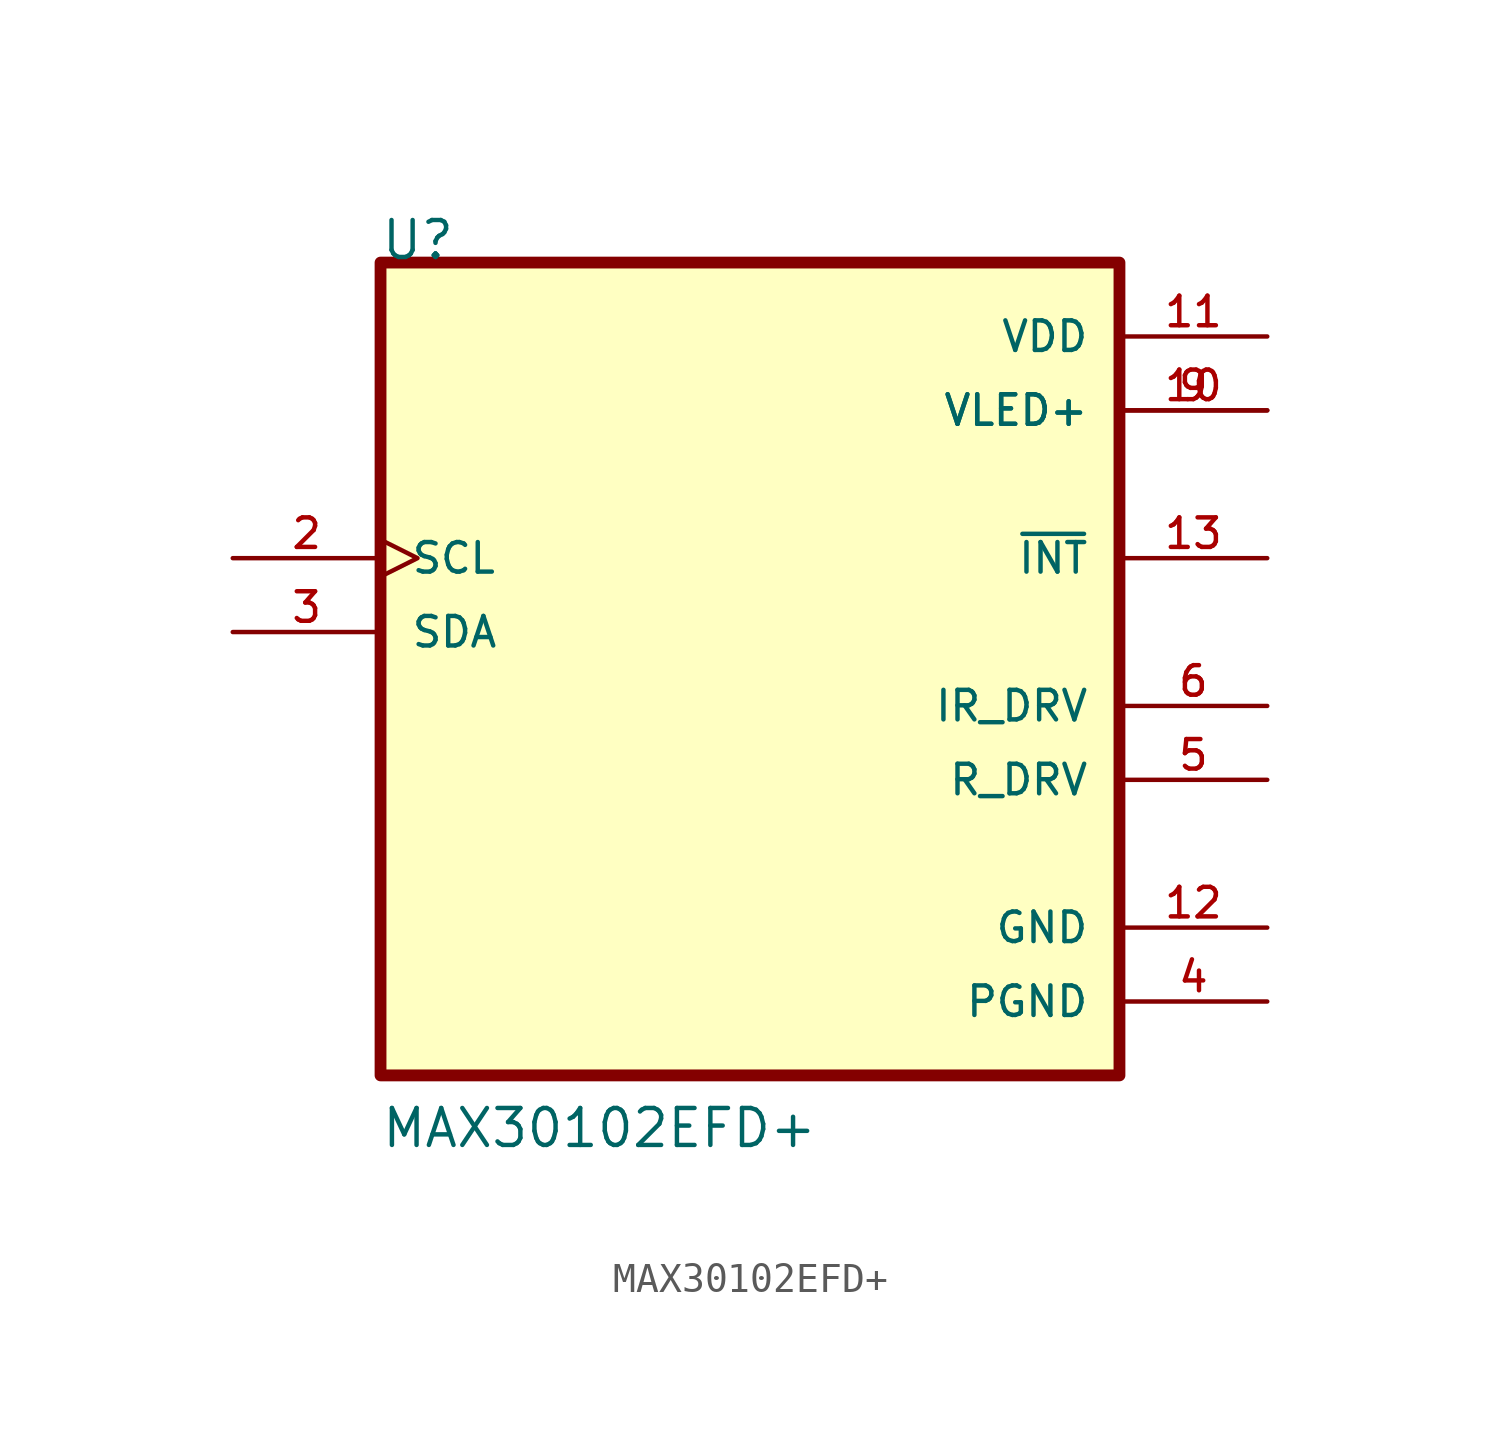
<source format=kicad_sym>
(kicad_symbol_lib
  (version 20211014)
  (generator kicad_symbol_editor)
  (symbol "MAX30102EFD+"
    (pin_names
      (offset 1.016))
    (property "Reference" "U"
      (at -12.725 15.27 0)
      (effects (font (size 1.27 1.27)) (justify bottom left)))
    (property "Value" "MAX30102EFD+"
      (at -12.711 -15.253 0)
      (effects (font (size 1.27 1.27)) (justify bottom left)))
    (symbol "MAX30102EFD+_0_0"
      (rectangle (start -12.7 -12.7) (end 12.7 15.24) (stroke (width 0.406)) (fill (type background)))
      (pin bidirectional line (at -17.78 2.54 0) (length 5.08) (name "SDA" (effects (font (size 1.016 1.016)))) (number "3" (effects (font (size 1.016 1.016)))))
      (pin power_in line (at 17.78 -10.16 180.0) (length 5.08) (name "PGND" (effects (font (size 1.016 1.016)))) (number "4" (effects (font (size 1.016 1.016)))))
      (pin input clock (at -17.78 5.08 0) (length 5.08) (name "SCL" (effects (font (size 1.016 1.016)))) (number "2" (effects (font (size 1.016 1.016)))))
      (pin output line (at 17.78 -2.54 180.0) (length 5.08) (name "R_DRV" (effects (font (size 1.016 1.016)))) (number "5" (effects (font (size 1.016 1.016)))))
      (pin output line (at 17.78 0.0 180.0) (length 5.08) (name "IR_DRV" (effects (font (size 1.016 1.016)))) (number "6" (effects (font (size 1.016 1.016)))))
      (pin power_in line (at 17.78 12.7 180.0) (length 5.08) (name "VDD" (effects (font (size 1.016 1.016)))) (number "11" (effects (font (size 1.016 1.016)))))
      (pin power_in line (at 17.78 10.16 180.0) (length 5.08) (name "VLED+" (effects (font (size 1.016 1.016)))) (number "9" (effects (font (size 1.016 1.016)))))
      (pin power_in line (at 17.78 10.16 180.0) (length 5.08) (name "VLED+" (effects (font (size 1.016 1.016)))) (number "10" (effects (font (size 1.016 1.016)))))
      (pin power_in line (at 17.78 -7.62 180.0) (length 5.08) (name "GND" (effects (font (size 1.016 1.016)))) (number "12" (effects (font (size 1.016 1.016)))))
      (pin output line (at 17.78 5.08 180.0) (length 5.08) (name "~{INT}" (effects (font (size 1.016 1.016)))) (number "13" (effects (font (size 1.016 1.016))))))))
</source>
